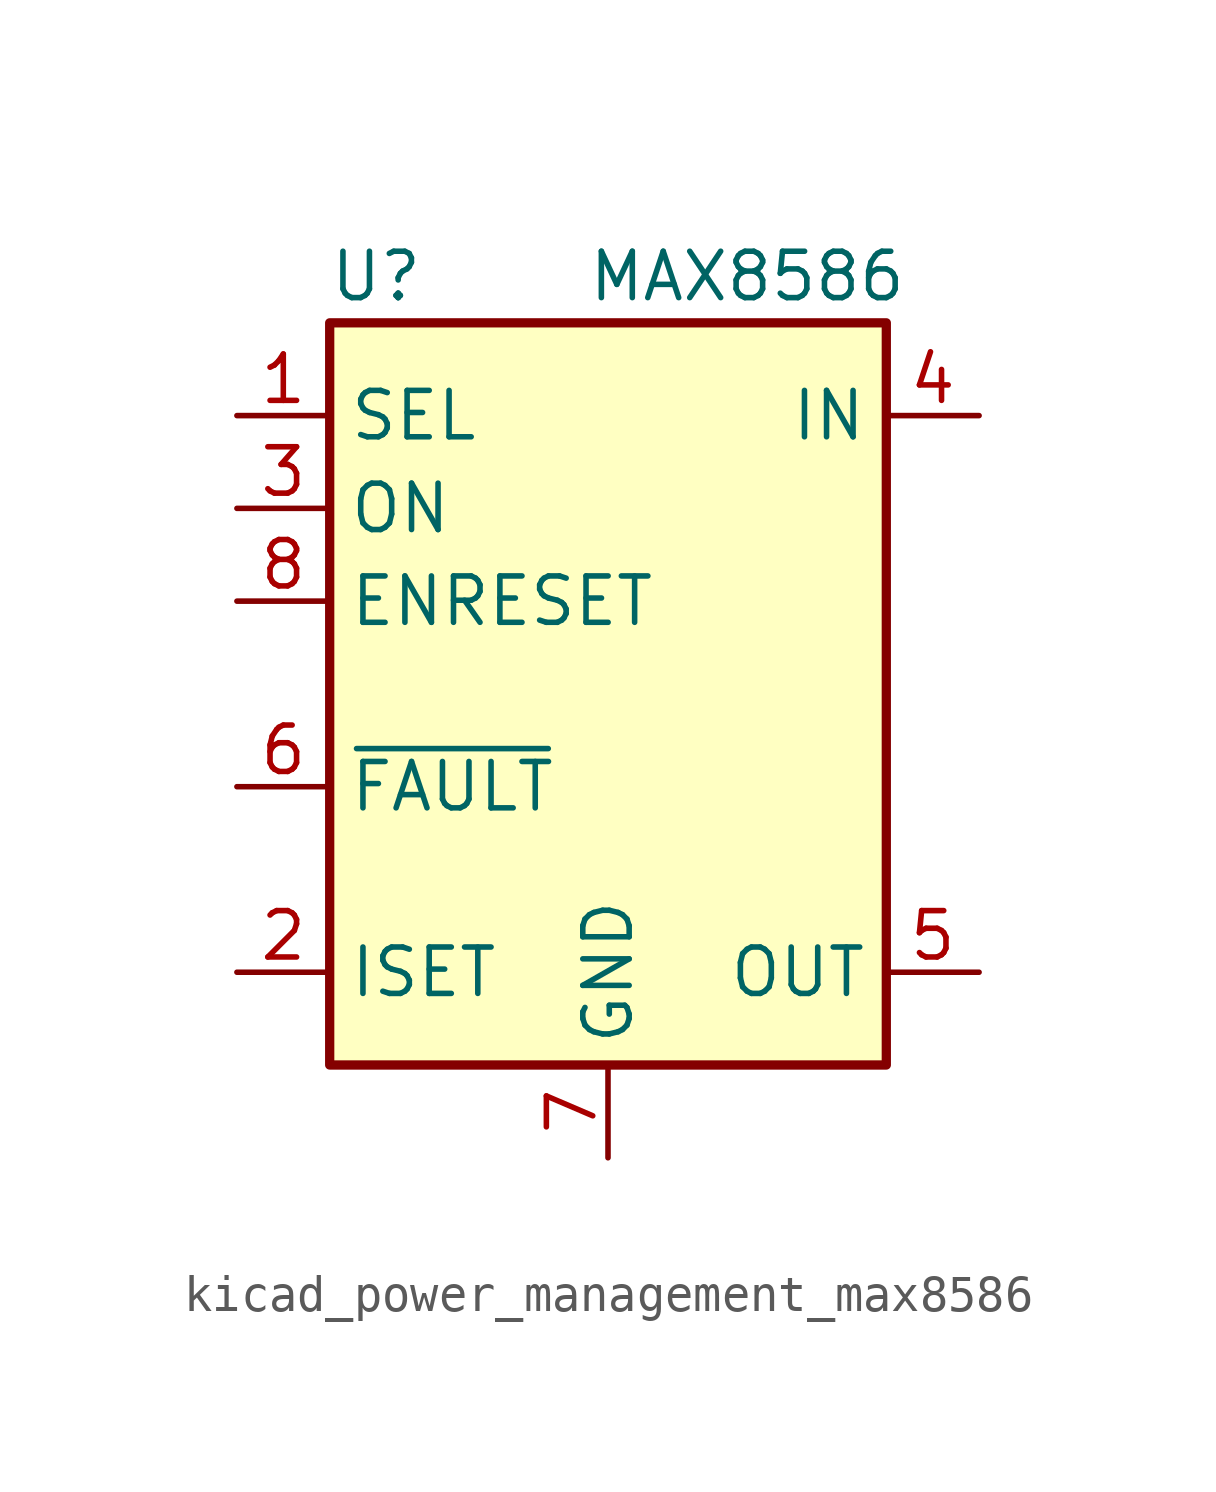
<source format=kicad_sym>
(kicad_symbol_lib
  (version 20220914)
  (generator kicad_symbol_editor)
  (symbol "kicad_power_management_max8586"
    (property "Reference" "U"
      (at -6.35 11.43 0)
      (effects (font (size 1.27 1.27))))
    (property "Value" "MAX8586"
      (at 3.81 11.43 0)
      (effects (font (size 1.27 1.27))))
    (symbol "kicad_power_management_max8586_0_1"
      (rectangle (start -7.62 10.16) (end 7.62 -10.16) (stroke (width 0.254) (type default)) (fill (type background))))
    (symbol "kicad_power_management_max8586_1_1"
      (pin input line (at -10.16 7.62 0) (length 2.54) (name "SEL" (effects (font (size 1.27 1.27)))) (number "1" (effects (font (size 1.27 1.27)))))
      (pin input line (at -10.16 -7.62 0) (length 2.54) (name "ISET" (effects (font (size 1.27 1.27)))) (number "2" (effects (font (size 1.27 1.27)))))
      (pin input line (at -10.16 5.08 0) (length 2.54) (name "ON" (effects (font (size 1.27 1.27)))) (number "3" (effects (font (size 1.27 1.27)))))
      (pin power_in line (at 10.16 7.62 180) (length 2.54) (name "IN" (effects (font (size 1.27 1.27)))) (number "4" (effects (font (size 1.27 1.27)))))
      (pin power_out line (at 10.16 -7.62 180) (length 2.54) (name "OUT" (effects (font (size 1.27 1.27)))) (number "5" (effects (font (size 1.27 1.27)))))
      (pin open_collector line (at -10.16 -2.54 0) (length 2.54) (name "~{FAULT}" (effects (font (size 1.27 1.27)))) (number "6" (effects (font (size 1.27 1.27)))))
      (pin power_in line (at 0 -12.7 90) (length 2.54) (name "GND" (effects (font (size 1.27 1.27)))) (number "7" (effects (font (size 1.27 1.27)))))
      (pin input line (at -10.16 2.54 0) (length 2.54) (name "ENRESET" (effects (font (size 1.27 1.27)))) (number "8" (effects (font (size 1.27 1.27)))))
      (pin passive line (at 0 -12.7 90) (length 2.54) hide (name "GND" (effects (font (size 1.27 1.27)))) (number "9" (effects (font (size 1.27 1.27))))))))
</source>
